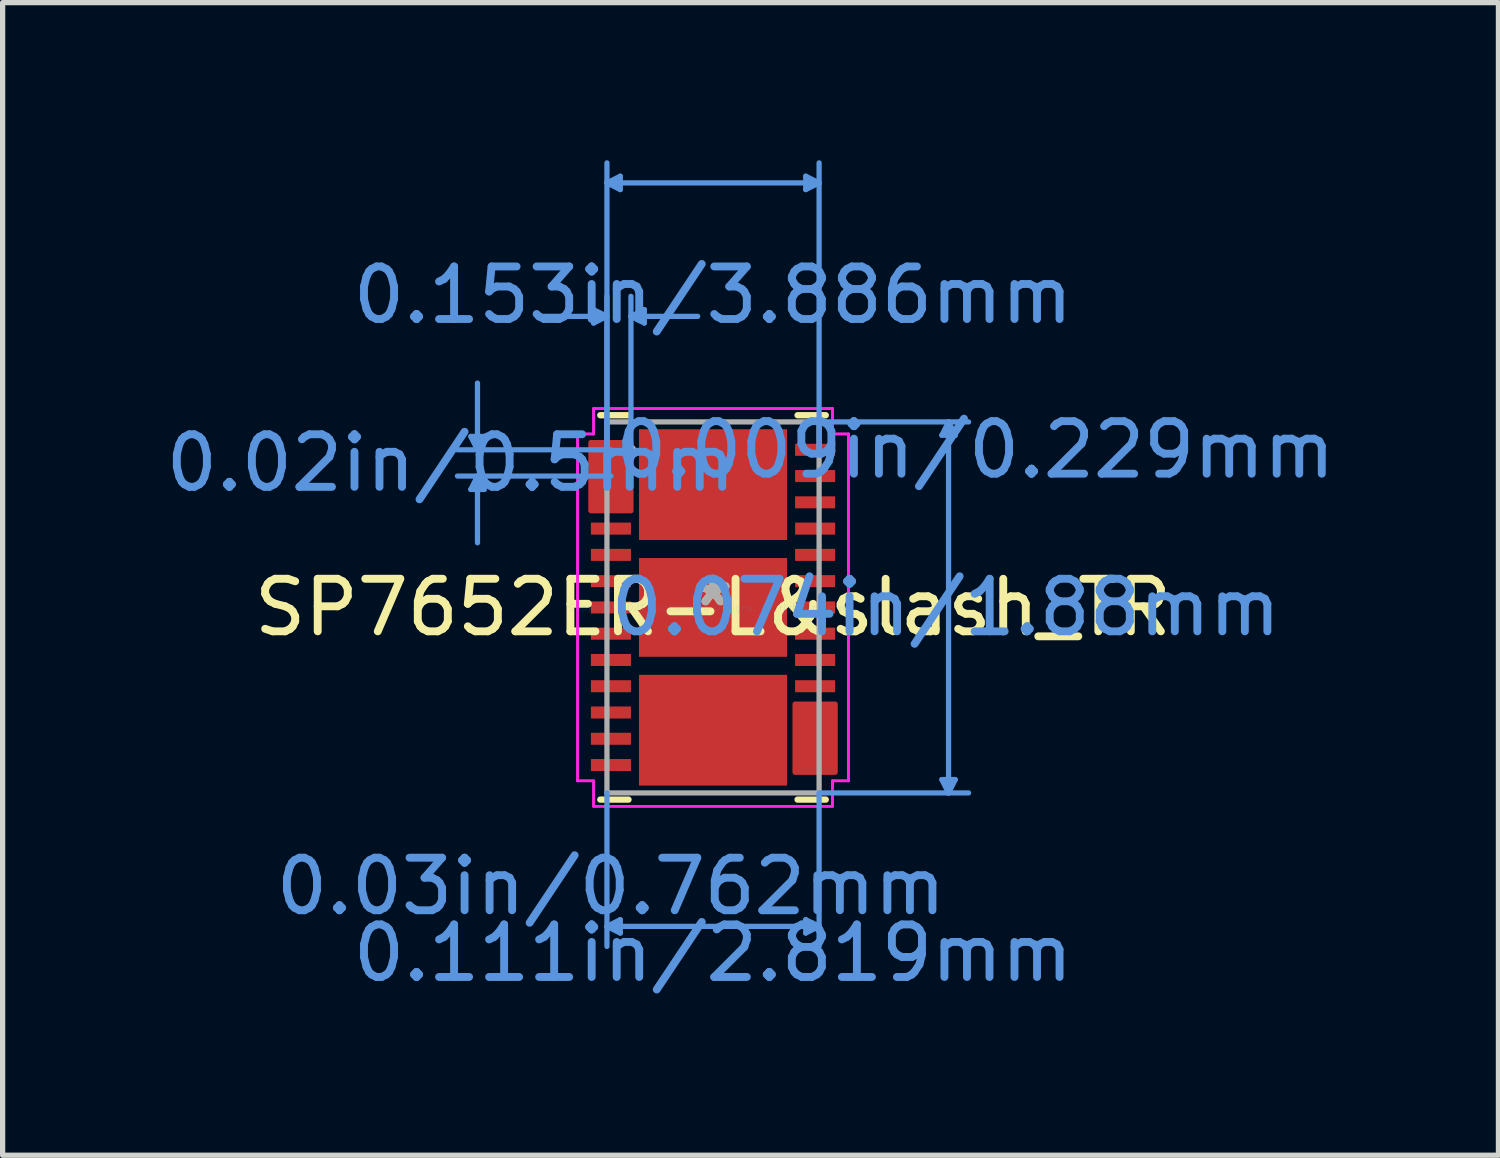
<source format=kicad_pcb>
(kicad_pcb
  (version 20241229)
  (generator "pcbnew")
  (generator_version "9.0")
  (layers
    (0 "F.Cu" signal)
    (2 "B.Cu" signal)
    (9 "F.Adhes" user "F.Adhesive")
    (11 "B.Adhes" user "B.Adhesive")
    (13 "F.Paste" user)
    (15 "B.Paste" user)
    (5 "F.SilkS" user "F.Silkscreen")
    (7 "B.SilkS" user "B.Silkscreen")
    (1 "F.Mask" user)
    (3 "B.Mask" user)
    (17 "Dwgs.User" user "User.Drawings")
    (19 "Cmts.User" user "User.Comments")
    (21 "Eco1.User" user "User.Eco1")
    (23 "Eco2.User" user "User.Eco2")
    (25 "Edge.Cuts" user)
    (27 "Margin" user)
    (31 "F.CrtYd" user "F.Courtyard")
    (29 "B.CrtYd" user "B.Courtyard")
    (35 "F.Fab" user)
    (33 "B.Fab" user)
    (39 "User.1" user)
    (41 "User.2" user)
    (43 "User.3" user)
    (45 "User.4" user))
  (footprint "SP7652ER-L&slash_TR"
    (layer "F.Cu")
    (at 10.521 8.511)
    (property "Reference" "SP7652ER-L&slash_TR" (at 0 0 0) (layer "F.SilkS") (effects (font (size 1 1) (thickness 0.15))))
    (attr through_hole)
    (fp_poly (pts (xy -2.324 -3.137) (xy -2.324 -1.841) (xy -1.562 -1.841) (xy -1.562 -3.137)) (stroke (width 0.1) (type solid)) (fill yes) (layer "F.Cu"))
    (fp_poly (pts (xy 1.562 1.841) (xy 1.562 3.137) (xy 2.324 3.137) (xy 2.324 1.841)) (stroke (width 0.1) (type solid)) (fill yes) (layer "F.Cu"))
    (fp_line (start -2.146 3.658) (end -1.609 3.658) (stroke (width 0.12) (type solid)) (layer "F.SilkS"))
    (fp_line (start -1.609 -3.658) (end -2.146 -3.658) (stroke (width 0.12) (type solid)) (layer "F.SilkS"))
    (fp_line (start 1.609 3.658) (end 2.146 3.658) (stroke (width 0.12) (type solid)) (layer "F.SilkS"))
    (fp_line (start 2.146 -3.658) (end 1.609 -3.658) (stroke (width 0.12) (type solid)) (layer "F.SilkS"))
    (fp_poly (pts (xy -2.324 -3.137) (xy -2.324 -1.841) (xy -1.562 -1.841) (xy -1.562 -3.137)) (stroke (width 0.1) (type solid)) (fill yes) (layer "F.Paste"))
    (fp_poly (pts (xy 1.562 1.841) (xy 1.562 3.137) (xy 2.324 3.137) (xy 2.324 1.841)) (stroke (width 0.1) (type solid)) (fill yes) (layer "F.Paste"))
    (fp_line (start -4.61 -3.254) (end -4.356 -3.254) (stroke (width 0.1) (type solid)) (layer "Cmts.User"))
    (fp_line (start -4.61 -2.246) (end -4.356 -2.246) (stroke (width 0.1) (type solid)) (layer "Cmts.User"))
    (fp_line (start -4.483 -3) (end -4.61 -3.254) (stroke (width 0.1) (type solid)) (layer "Cmts.User"))
    (fp_line (start -4.483 -3) (end -4.483 -4.27) (stroke (width 0.1) (type solid)) (layer "Cmts.User"))
    (fp_line (start -4.483 -3) (end -4.356 -3.254) (stroke (width 0.1) (type solid)) (layer "Cmts.User"))
    (fp_line (start -4.483 -2.5) (end -4.61 -2.246) (stroke (width 0.1) (type solid)) (layer "Cmts.User"))
    (fp_line (start -4.483 -2.5) (end -4.483 -1.23) (stroke (width 0.1) (type solid)) (layer "Cmts.User"))
    (fp_line (start -4.483 -2.5) (end -4.356 -2.246) (stroke (width 0.1) (type solid)) (layer "Cmts.User"))
    (fp_line (start -2.273 -5.667) (end -2.273 -5.413) (stroke (width 0.1) (type solid)) (layer "Cmts.User"))
    (fp_line (start -2.019 -8.08) (end -1.765 -8.207) (stroke (width 0.1) (type solid)) (layer "Cmts.User"))
    (fp_line (start -2.019 -8.08) (end -1.765 -7.953) (stroke (width 0.1) (type solid)) (layer "Cmts.User"))
    (fp_line (start -2.019 -8.08) (end 2.019 -8.08) (stroke (width 0.1) (type solid)) (layer "Cmts.User"))
    (fp_line (start -2.019 -5.54) (end -3.289 -5.54) (stroke (width 0.1) (type solid)) (layer "Cmts.User"))
    (fp_line (start -2.019 -5.54) (end -2.273 -5.667) (stroke (width 0.1) (type solid)) (layer "Cmts.User"))
    (fp_line (start -2.019 -5.54) (end -2.273 -5.413) (stroke (width 0.1) (type solid)) (layer "Cmts.User"))
    (fp_line (start -2.019 -3) (end -2.019 -8.461) (stroke (width 0.1) (type solid)) (layer "Cmts.User"))
    (fp_line (start -2.019 -3) (end -2.019 -5.921) (stroke (width 0.1) (type solid)) (layer "Cmts.User"))
    (fp_line (start -2.019 3.531) (end -2.019 6.452) (stroke (width 0.1) (type solid)) (layer "Cmts.User"))
    (fp_line (start -2.019 6.071) (end -1.765 5.944) (stroke (width 0.1) (type solid)) (layer "Cmts.User"))
    (fp_line (start -2.019 6.071) (end -1.765 6.198) (stroke (width 0.1) (type solid)) (layer "Cmts.User"))
    (fp_line (start -2.019 6.071) (end 2.019 6.071) (stroke (width 0.1) (type solid)) (layer "Cmts.User"))
    (fp_line (start -1.943 -3) (end -4.864 -3) (stroke (width 0.1) (type solid)) (layer "Cmts.User"))
    (fp_line (start -1.943 -2.5) (end -4.864 -2.5) (stroke (width 0.1) (type solid)) (layer "Cmts.User"))
    (fp_line (start -1.765 -8.207) (end -1.765 -7.953) (stroke (width 0.1) (type solid)) (layer "Cmts.User"))
    (fp_line (start -1.765 5.944) (end -1.765 6.198) (stroke (width 0.1) (type solid)) (layer "Cmts.User"))
    (fp_line (start -1.562 -5.54) (end -1.308 -5.667) (stroke (width 0.1) (type solid)) (layer "Cmts.User"))
    (fp_line (start -1.562 -5.54) (end -1.308 -5.413) (stroke (width 0.1) (type solid)) (layer "Cmts.User"))
    (fp_line (start -1.562 -5.54) (end -0.292 -5.54) (stroke (width 0.1) (type solid)) (layer "Cmts.User"))
    (fp_line (start -1.562 -3) (end -1.562 -5.921) (stroke (width 0.1) (type solid)) (layer "Cmts.User"))
    (fp_line (start -1.308 -5.667) (end -1.308 -5.413) (stroke (width 0.1) (type solid)) (layer "Cmts.User"))
    (fp_line (start 1.765 -8.207) (end 1.765 -7.953) (stroke (width 0.1) (type solid)) (layer "Cmts.User"))
    (fp_line (start 1.765 5.944) (end 1.765 6.198) (stroke (width 0.1) (type solid)) (layer "Cmts.User"))
    (fp_line (start 2.019 -8.08) (end 1.765 -8.207) (stroke (width 0.1) (type solid)) (layer "Cmts.User"))
    (fp_line (start 2.019 -8.08) (end 1.765 -7.953) (stroke (width 0.1) (type solid)) (layer "Cmts.User"))
    (fp_line (start 2.019 -3.531) (end 4.864 -3.531) (stroke (width 0.1) (type solid)) (layer "Cmts.User"))
    (fp_line (start 2.019 -3) (end 2.019 -8.461) (stroke (width 0.1) (type solid)) (layer "Cmts.User"))
    (fp_line (start 2.019 3.531) (end 2.019 6.452) (stroke (width 0.1) (type solid)) (layer "Cmts.User"))
    (fp_line (start 2.019 3.531) (end 4.864 3.531) (stroke (width 0.1) (type solid)) (layer "Cmts.User"))
    (fp_line (start 2.019 6.071) (end 1.765 5.944) (stroke (width 0.1) (type solid)) (layer "Cmts.User"))
    (fp_line (start 2.019 6.071) (end 1.765 6.198) (stroke (width 0.1) (type solid)) (layer "Cmts.User"))
    (fp_line (start 4.356 -3.277) (end 4.61 -3.277) (stroke (width 0.1) (type solid)) (layer "Cmts.User"))
    (fp_line (start 4.356 3.277) (end 4.61 3.277) (stroke (width 0.1) (type solid)) (layer "Cmts.User"))
    (fp_line (start 4.483 -3.531) (end 4.356 -3.277) (stroke (width 0.1) (type solid)) (layer "Cmts.User"))
    (fp_line (start 4.483 -3.531) (end 4.483 3.531) (stroke (width 0.1) (type solid)) (layer "Cmts.User"))
    (fp_line (start 4.483 -3.531) (end 4.61 -3.277) (stroke (width 0.1) (type solid)) (layer "Cmts.User"))
    (fp_line (start 4.483 3.531) (end 4.356 3.277) (stroke (width 0.1) (type solid)) (layer "Cmts.User"))
    (fp_line (start 4.483 3.531) (end 4.61 3.277) (stroke (width 0.1) (type solid)) (layer "Cmts.User"))
    (fp_line (start -2.578 -3.301) (end -2.273 -3.301) (stroke (width 0.05) (type solid)) (layer "F.CrtYd"))
    (fp_line (start -2.578 -3.301) (end -2.273 -3.301) (stroke (width 0.05) (type solid)) (layer "F.CrtYd"))
    (fp_line (start -2.578 3.301) (end -2.578 -3.301) (stroke (width 0.05) (type solid)) (layer "F.CrtYd"))
    (fp_line (start -2.578 3.301) (end -2.578 -3.301) (stroke (width 0.05) (type solid)) (layer "F.CrtYd"))
    (fp_line (start -2.578 3.301) (end -2.273 3.301) (stroke (width 0.05) (type solid)) (layer "F.CrtYd"))
    (fp_line (start -2.273 -3.785) (end 2.273 -3.785) (stroke (width 0.05) (type solid)) (layer "F.CrtYd"))
    (fp_line (start -2.273 -3.785) (end 2.273 -3.785) (stroke (width 0.05) (type solid)) (layer "F.CrtYd"))
    (fp_line (start -2.273 -3.301) (end -2.273 -3.785) (stroke (width 0.05) (type solid)) (layer "F.CrtYd"))
    (fp_line (start -2.273 -3.301) (end -2.273 -3.785) (stroke (width 0.05) (type solid)) (layer "F.CrtYd"))
    (fp_line (start -2.273 3.301) (end -2.578 3.301) (stroke (width 0.05) (type solid)) (layer "F.CrtYd"))
    (fp_line (start -2.273 3.785) (end -2.273 3.301) (stroke (width 0.05) (type solid)) (layer "F.CrtYd"))
    (fp_line (start -2.273 3.785) (end -2.273 3.301) (stroke (width 0.05) (type solid)) (layer "F.CrtYd"))
    (fp_line (start 2.273 -3.785) (end 2.273 -3.301) (stroke (width 0.05) (type solid)) (layer "F.CrtYd"))
    (fp_line (start 2.273 -3.785) (end 2.273 -3.301) (stroke (width 0.05) (type solid)) (layer "F.CrtYd"))
    (fp_line (start 2.273 -3.301) (end 2.578 -3.301) (stroke (width 0.05) (type solid)) (layer "F.CrtYd"))
    (fp_line (start 2.273 3.301) (end 2.273 3.785) (stroke (width 0.05) (type solid)) (layer "F.CrtYd"))
    (fp_line (start 2.273 3.301) (end 2.273 3.785) (stroke (width 0.05) (type solid)) (layer "F.CrtYd"))
    (fp_line (start 2.273 3.785) (end -2.273 3.785) (stroke (width 0.05) (type solid)) (layer "F.CrtYd"))
    (fp_line (start 2.273 3.785) (end -2.273 3.785) (stroke (width 0.05) (type solid)) (layer "F.CrtYd"))
    (fp_line (start 2.578 -3.301) (end 2.273 -3.301) (stroke (width 0.05) (type solid)) (layer "F.CrtYd"))
    (fp_line (start 2.578 -3.301) (end 2.578 3.301) (stroke (width 0.05) (type solid)) (layer "F.CrtYd"))
    (fp_line (start 2.578 -3.301) (end 2.578 3.301) (stroke (width 0.05) (type solid)) (layer "F.CrtYd"))
    (fp_line (start 2.578 3.301) (end 2.273 3.301) (stroke (width 0.05) (type solid)) (layer "F.CrtYd"))
    (fp_line (start 2.578 3.301) (end 2.273 3.301) (stroke (width 0.05) (type solid)) (layer "F.CrtYd"))
    (fp_line (start -2.019 -3.531) (end -2.019 3.531) (stroke (width 0.1) (type solid)) (layer "F.Fab"))
    (fp_line (start -2.019 3.531) (end 2.019 3.531) (stroke (width 0.1) (type solid)) (layer "F.Fab"))
    (fp_line (start 2.019 -3.531) (end -2.019 -3.531) (stroke (width 0.1) (type solid)) (layer "F.Fab"))
    (fp_line (start 2.019 3.531) (end 2.019 -3.531) (stroke (width 0.1) (type solid)) (layer "F.Fab"))
    (fp_circle (center -1.562 -3) (end -1.562 -3) (stroke (width 0.1) (type solid)) (fill no) (layer "F.Fab"))
    (fp_text user "*" (at 0 0 0) (layer "F.SilkS") (effects (font (size 1 1) (thickness 0.15))))
    (fp_text user "0.03in/0.762mm" (at -1.943 5.309 0) (layer "Cmts.User") (effects (font (size 1 1) (thickness 0.15))))
    (fp_text user "0.009in/0.229mm" (at 4.991 -3 0) (layer "Cmts.User") (effects (font (size 1 1) (thickness 0.15))))
    (fp_text user "0.02in/0.5mm" (at -4.991 -2.75 0) (layer "Cmts.User") (effects (font (size 1 1) (thickness 0.15))))
    (fp_text user "0.111in/2.819mm" (at 0 6.579 0) (layer "Cmts.User") (effects (font (size 1 1) (thickness 0.15))))
    (fp_text user "0.074in/1.88mm" (at 4.432 0 0) (layer "Cmts.User") (effects (font (size 1 1) (thickness 0.15))))
    (fp_text user "0.153in/3.886mm" (at 0 -5.944 0) (layer "Cmts.User") (effects (font (size 1 1) (thickness 0.15))))
    (fp_text user "Copyright 2021 Accelerated Designs. All rights reserved." (at 0 0 0) (layer "Cmts.User") (effects (font (size 0.127 0.127) (thickness 0.002))))
    (fp_text user "*" (at 0 0 0) (layer "F.Fab") (effects (font (size 1 1) (thickness 0.15))))
    (pad "1" smd rect (at -1.943 -3) (size 0.762 0.229) (layers "F.Cu" "F.Mask" "F.Paste"))
    (pad "2" smd rect (at -1.943 -2.5) (size 0.762 0.229) (layers "F.Cu" "F.Mask" "F.Paste"))
    (pad "3" smd rect (at -1.943 -2) (size 0.762 0.229) (layers "F.Cu" "F.Mask" "F.Paste"))
    (pad "4" smd rect (at -1.943 -1.5) (size 0.762 0.229) (layers "F.Cu" "F.Mask" "F.Paste"))
    (pad "5" smd rect (at -1.943 -1) (size 0.762 0.229) (layers "F.Cu" "F.Mask" "F.Paste"))
    (pad "6" smd rect (at -1.943 -0.5) (size 0.762 0.229) (layers "F.Cu" "F.Mask" "F.Paste"))
    (pad "7" smd rect (at -1.943 0) (size 0.762 0.229) (layers "F.Cu" "F.Mask" "F.Paste"))
    (pad "8" smd rect (at -1.943 0.5) (size 0.762 0.229) (layers "F.Cu" "F.Mask" "F.Paste"))
    (pad "9" smd rect (at -1.943 1) (size 0.762 0.229) (layers "F.Cu" "F.Mask" "F.Paste"))
    (pad "10" smd rect (at -1.943 1.5) (size 0.762 0.229) (layers "F.Cu" "F.Mask" "F.Paste"))
    (pad "11" smd rect (at -1.943 2) (size 0.762 0.229) (layers "F.Cu" "F.Mask" "F.Paste"))
    (pad "12" smd rect (at -1.943 2.5) (size 0.762 0.229) (layers "F.Cu" "F.Mask" "F.Paste"))
    (pad "13" smd rect (at -1.943 3) (size 0.762 0.229) (layers "F.Cu" "F.Mask" "F.Paste"))
    (pad "14" smd rect (at 1.943 3) (size 0.762 0.229) (layers "F.Cu" "F.Mask" "F.Paste"))
    (pad "15" smd rect (at 1.943 2.5) (size 0.762 0.229) (layers "F.Cu" "F.Mask" "F.Paste"))
    (pad "16" smd rect (at 1.943 2) (size 0.762 0.229) (layers "F.Cu" "F.Mask" "F.Paste"))
    (pad "17" smd rect (at 1.943 1.5) (size 0.762 0.229) (layers "F.Cu" "F.Mask" "F.Paste"))
    (pad "18" smd rect (at 1.943 1) (size 0.762 0.229) (layers "F.Cu" "F.Mask" "F.Paste"))
    (pad "19" smd rect (at 1.943 0.5) (size 0.762 0.229) (layers "F.Cu" "F.Mask" "F.Paste"))
    (pad "20" smd rect (at 1.943 0) (size 0.762 0.229) (layers "F.Cu" "F.Mask" "F.Paste"))
    (pad "21" smd rect (at 1.943 -0.5) (size 0.762 0.229) (layers "F.Cu" "F.Mask" "F.Paste"))
    (pad "22" smd rect (at 1.943 -1) (size 0.762 0.229) (layers "F.Cu" "F.Mask" "F.Paste"))
    (pad "23" smd rect (at 1.943 -1.5) (size 0.762 0.229) (layers "F.Cu" "F.Mask" "F.Paste"))
    (pad "24" smd rect (at 1.943 -2) (size 0.762 0.229) (layers "F.Cu" "F.Mask" "F.Paste"))
    (pad "25" smd rect (at 1.943 -2.5) (size 0.762 0.229) (layers "F.Cu" "F.Mask" "F.Paste"))
    (pad "26" smd rect (at 1.943 -3) (size 0.762 0.229) (layers "F.Cu" "F.Mask" "F.Paste"))
    (pad "27" smd rect (at 0 0) (size 2.819 1.88) (layers "F.Cu" "F.Mask" "F.Paste"))
    (pad "28" smd rect (at 0 -2.337) (size 2.819 2.108) (layers "F.Cu" "F.Mask" "F.Paste"))
    (pad "29" smd rect (at 0 2.337) (size 2.819 2.108) (layers "F.Cu" "F.Mask" "F.Paste")))
  (gr_rect
    (start -3 -3)
    (end 25.47 18.938)
    (stroke (width 0.1) (type default))
    (fill no)
    (layer "Edge.Cuts")))
</source>
